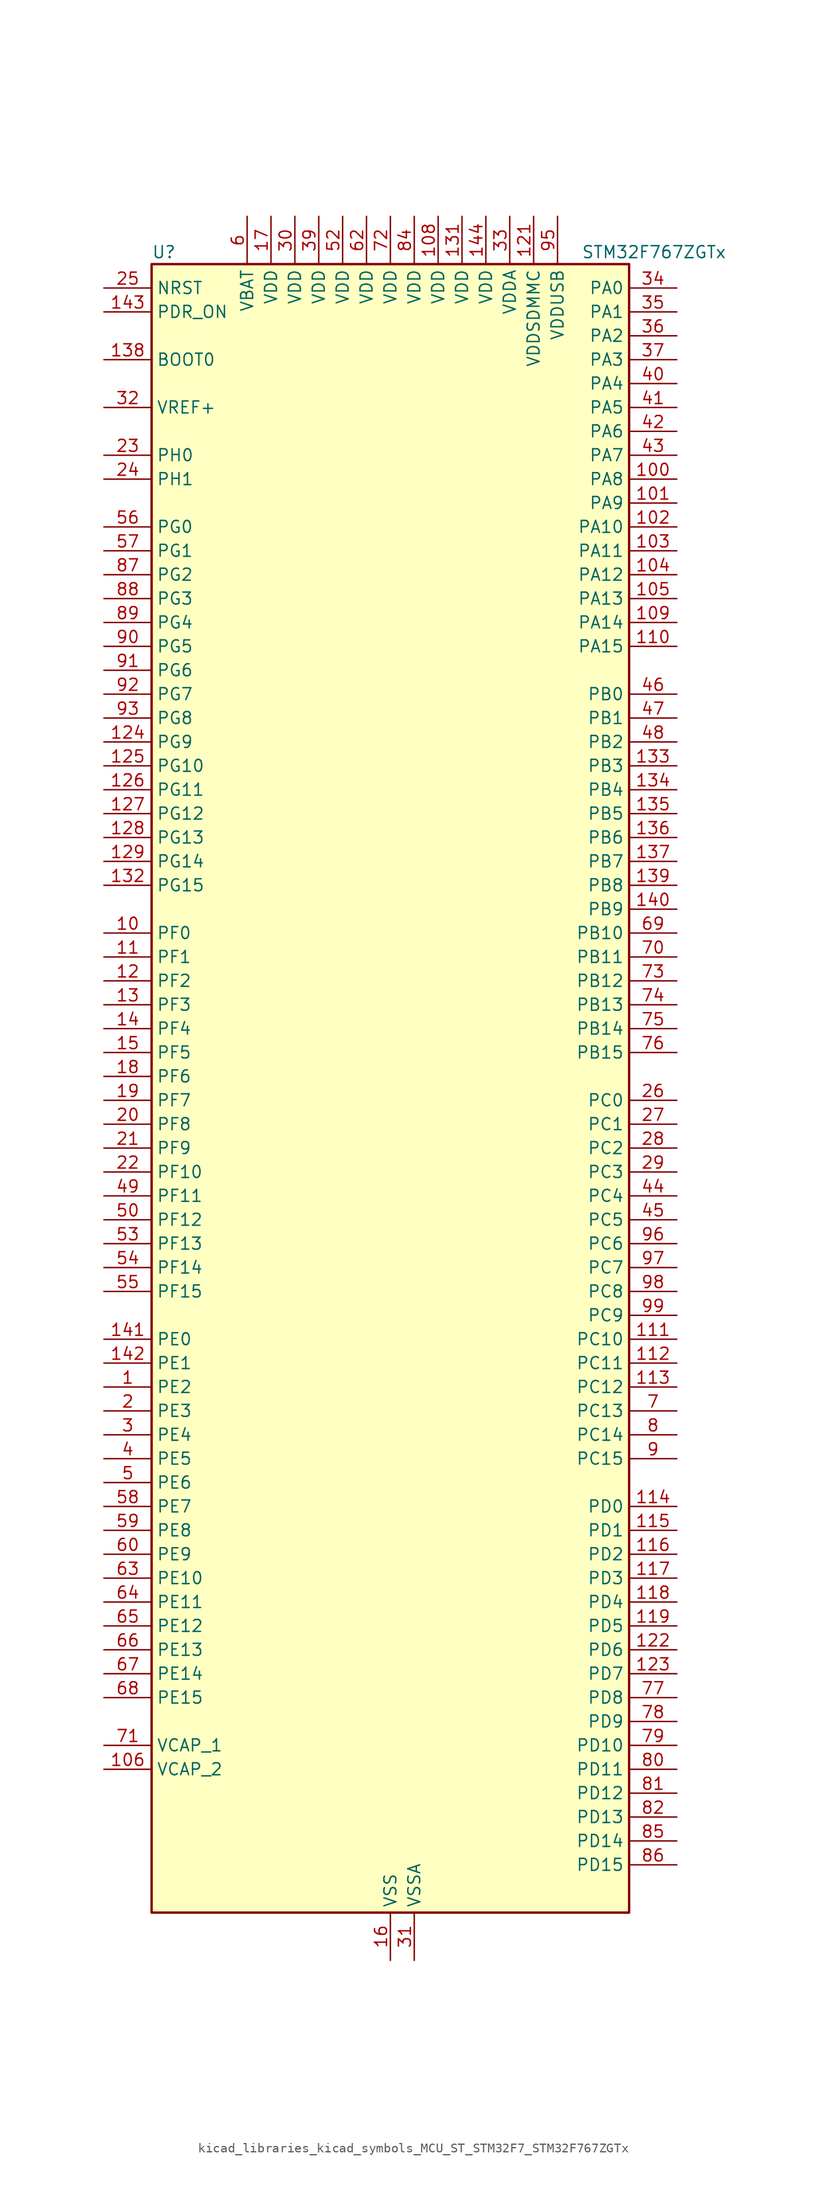
<source format=kicad_sym>
(kicad_symbol_lib
  (version 20220914)
  (generator kicad_symbol_editor)
  (symbol "kicad_libraries_kicad_symbols_MCU_ST_STM32F7_STM32F767ZGTx"
    (property "Reference" "U"
      (at -25.4 90.17 0)
      (effects (font (size 1.27 1.27)) (justify left)))
    (property "Value" "STM32F767ZGTx"
      (at 20.32 90.17 0)
      (effects (font (size 1.27 1.27)) (justify left)))
    (property "ki_locked" ""
      (at 0 0 0)
      (effects (font (size 1.27 1.27))))
    (symbol "kicad_libraries_kicad_symbols_MCU_ST_STM32F7_STM32F767ZGTx_0_1"
      (rectangle (start -25.4 -86.36) (end 25.4 88.9) (stroke (width 0.254) (type default)) (fill (type background))))
    (symbol "kicad_libraries_kicad_symbols_MCU_ST_STM32F7_STM32F767ZGTx_1_1"
      (pin bidirectional line (at -30.48 -30.48 0) (length 5.08) (name "PE2" (effects (font (size 1.27 1.27)))) (number "1" (effects (font (size 1.27 1.27)))) (alternate "ETH_TXD3" bidirectional line) (alternate "FMC_A23" bidirectional line) (alternate "QUADSPI_BK1_IO2" bidirectional line) (alternate "SAI1_MCLK_A" bidirectional line) (alternate "SPI4_SCK" bidirectional line) (alternate "SYS_TRACECLK" bidirectional line))
      (pin bidirectional line (at -30.48 17.78 0) (length 5.08) (name "PF0" (effects (font (size 1.27 1.27)))) (number "10" (effects (font (size 1.27 1.27)))) (alternate "FMC_A0" bidirectional line) (alternate "I2C2_SDA" bidirectional line))
      (pin bidirectional line (at 30.48 66.04 180) (length 5.08) (name "PA8" (effects (font (size 1.27 1.27)))) (number "100" (effects (font (size 1.27 1.27)))) (alternate "CAN3_RX" bidirectional line) (alternate "I2C3_SCL" bidirectional line) (alternate "LTDC_B3" bidirectional line) (alternate "LTDC_R6" bidirectional line) (alternate "RCC_MCO_1" bidirectional line) (alternate "TIM1_CH1" bidirectional line) (alternate "TIM8_BKIN2" bidirectional line) (alternate "UART7_RX" bidirectional line) (alternate "USART1_CK" bidirectional line) (alternate "USB_OTG_FS_SOF" bidirectional line))
      (pin bidirectional line (at 30.48 63.5 180) (length 5.08) (name "PA9" (effects (font (size 1.27 1.27)))) (number "101" (effects (font (size 1.27 1.27)))) (alternate "DAC_EXTI9" bidirectional line) (alternate "DCMI_D0" bidirectional line) (alternate "I2C3_SMBA" bidirectional line) (alternate "I2S2_CK" bidirectional line) (alternate "LTDC_R5" bidirectional line) (alternate "SPI2_SCK" bidirectional line) (alternate "TIM1_CH2" bidirectional line) (alternate "USART1_TX" bidirectional line) (alternate "USB_OTG_FS_VBUS" bidirectional line))
      (pin bidirectional line (at 30.48 60.96 180) (length 5.08) (name "PA10" (effects (font (size 1.27 1.27)))) (number "102" (effects (font (size 1.27 1.27)))) (alternate "DCMI_D1" bidirectional line) (alternate "LTDC_B1" bidirectional line) (alternate "LTDC_B4" bidirectional line) (alternate "MDIOS_MDIO" bidirectional line) (alternate "TIM1_CH3" bidirectional line) (alternate "USART1_RX" bidirectional line) (alternate "USB_OTG_FS_ID" bidirectional line))
      (pin bidirectional line (at 30.48 58.42 180) (length 5.08) (name "PA11" (effects (font (size 1.27 1.27)))) (number "103" (effects (font (size 1.27 1.27)))) (alternate "ADC1_EXTI11" bidirectional line) (alternate "ADC2_EXTI11" bidirectional line) (alternate "ADC3_EXTI11" bidirectional line) (alternate "CAN1_RX" bidirectional line) (alternate "I2S2_WS" bidirectional line) (alternate "LTDC_R4" bidirectional line) (alternate "SPI2_NSS" bidirectional line) (alternate "TIM1_CH4" bidirectional line) (alternate "UART4_RX" bidirectional line) (alternate "USART1_CTS" bidirectional line) (alternate "USB_OTG_FS_DM" bidirectional line))
      (pin bidirectional line (at 30.48 55.88 180) (length 5.08) (name "PA12" (effects (font (size 1.27 1.27)))) (number "104" (effects (font (size 1.27 1.27)))) (alternate "CAN1_TX" bidirectional line) (alternate "I2S2_CK" bidirectional line) (alternate "LTDC_R5" bidirectional line) (alternate "SAI2_FS_B" bidirectional line) (alternate "SPI2_SCK" bidirectional line) (alternate "TIM1_ETR" bidirectional line) (alternate "UART4_TX" bidirectional line) (alternate "USART1_DE" bidirectional line) (alternate "USART1_RTS" bidirectional line) (alternate "USB_OTG_FS_DP" bidirectional line))
      (pin bidirectional line (at 30.48 53.34 180) (length 5.08) (name "PA13" (effects (font (size 1.27 1.27)))) (number "105" (effects (font (size 1.27 1.27)))) (alternate "SYS_JTMS-SWDIO" bidirectional line))
      (pin power_out line (at -30.48 -71.12 0) (length 5.08) (name "VCAP_2" (effects (font (size 1.27 1.27)))) (number "106" (effects (font (size 1.27 1.27)))))
      (pin passive line (at 0 -91.44 90) (length 5.08) hide (name "VSS" (effects (font (size 1.27 1.27)))) (number "107" (effects (font (size 1.27 1.27)))))
      (pin power_in line (at 5.08 93.98 270) (length 5.08) (name "VDD" (effects (font (size 1.27 1.27)))) (number "108" (effects (font (size 1.27 1.27)))))
      (pin bidirectional line (at 30.48 50.8 180) (length 5.08) (name "PA14" (effects (font (size 1.27 1.27)))) (number "109" (effects (font (size 1.27 1.27)))) (alternate "SYS_JTCK-SWCLK" bidirectional line))
      (pin bidirectional line (at -30.48 15.24 0) (length 5.08) (name "PF1" (effects (font (size 1.27 1.27)))) (number "11" (effects (font (size 1.27 1.27)))) (alternate "FMC_A1" bidirectional line) (alternate "I2C2_SCL" bidirectional line))
      (pin bidirectional line (at 30.48 48.26 180) (length 5.08) (name "PA15" (effects (font (size 1.27 1.27)))) (number "110" (effects (font (size 1.27 1.27)))) (alternate "CAN3_TX" bidirectional line) (alternate "CEC" bidirectional line) (alternate "I2S1_WS" bidirectional line) (alternate "I2S3_WS" bidirectional line) (alternate "SPI1_NSS" bidirectional line) (alternate "SPI3_NSS" bidirectional line) (alternate "SPI6_NSS" bidirectional line) (alternate "SYS_JTDI" bidirectional line) (alternate "TIM2_CH1" bidirectional line) (alternate "TIM2_ETR" bidirectional line) (alternate "UART4_DE" bidirectional line) (alternate "UART4_RTS" bidirectional line) (alternate "UART7_TX" bidirectional line))
      (pin bidirectional line (at 30.48 -25.4 180) (length 5.08) (name "PC10" (effects (font (size 1.27 1.27)))) (number "111" (effects (font (size 1.27 1.27)))) (alternate "DCMI_D8" bidirectional line) (alternate "DFSDM1_CKIN5" bidirectional line) (alternate "I2S3_CK" bidirectional line) (alternate "LTDC_R2" bidirectional line) (alternate "QUADSPI_BK1_IO1" bidirectional line) (alternate "SDMMC1_D2" bidirectional line) (alternate "SPI3_SCK" bidirectional line) (alternate "UART4_TX" bidirectional line) (alternate "USART3_TX" bidirectional line))
      (pin bidirectional line (at 30.48 -27.94 180) (length 5.08) (name "PC11" (effects (font (size 1.27 1.27)))) (number "112" (effects (font (size 1.27 1.27)))) (alternate "ADC1_EXTI11" bidirectional line) (alternate "ADC2_EXTI11" bidirectional line) (alternate "ADC3_EXTI11" bidirectional line) (alternate "DCMI_D4" bidirectional line) (alternate "DFSDM1_DATIN5" bidirectional line) (alternate "QUADSPI_BK2_NCS" bidirectional line) (alternate "SDMMC1_D3" bidirectional line) (alternate "SPI3_MISO" bidirectional line) (alternate "UART4_RX" bidirectional line) (alternate "USART3_RX" bidirectional line))
      (pin bidirectional line (at 30.48 -30.48 180) (length 5.08) (name "PC12" (effects (font (size 1.27 1.27)))) (number "113" (effects (font (size 1.27 1.27)))) (alternate "DCMI_D9" bidirectional line) (alternate "I2S3_SD" bidirectional line) (alternate "SDMMC1_CK" bidirectional line) (alternate "SPI3_MOSI" bidirectional line) (alternate "SYS_TRACED3" bidirectional line) (alternate "UART5_TX" bidirectional line) (alternate "USART3_CK" bidirectional line))
      (pin bidirectional line (at 30.48 -43.18 180) (length 5.08) (name "PD0" (effects (font (size 1.27 1.27)))) (number "114" (effects (font (size 1.27 1.27)))) (alternate "CAN1_RX" bidirectional line) (alternate "DFSDM1_CKIN6" bidirectional line) (alternate "DFSDM1_DATIN7" bidirectional line) (alternate "FMC_D2" bidirectional line) (alternate "FMC_DA2" bidirectional line) (alternate "UART4_RX" bidirectional line))
      (pin bidirectional line (at 30.48 -45.72 180) (length 5.08) (name "PD1" (effects (font (size 1.27 1.27)))) (number "115" (effects (font (size 1.27 1.27)))) (alternate "CAN1_TX" bidirectional line) (alternate "DFSDM1_CKIN7" bidirectional line) (alternate "DFSDM1_DATIN6" bidirectional line) (alternate "FMC_D3" bidirectional line) (alternate "FMC_DA3" bidirectional line) (alternate "UART4_TX" bidirectional line))
      (pin bidirectional line (at 30.48 -48.26 180) (length 5.08) (name "PD2" (effects (font (size 1.27 1.27)))) (number "116" (effects (font (size 1.27 1.27)))) (alternate "DCMI_D11" bidirectional line) (alternate "SDMMC1_CMD" bidirectional line) (alternate "SYS_TRACED2" bidirectional line) (alternate "TIM3_ETR" bidirectional line) (alternate "UART5_RX" bidirectional line))
      (pin bidirectional line (at 30.48 -50.8 180) (length 5.08) (name "PD3" (effects (font (size 1.27 1.27)))) (number "117" (effects (font (size 1.27 1.27)))) (alternate "DCMI_D5" bidirectional line) (alternate "DFSDM1_CKOUT" bidirectional line) (alternate "DFSDM1_DATIN0" bidirectional line) (alternate "FMC_CLK" bidirectional line) (alternate "I2S2_CK" bidirectional line) (alternate "LTDC_G7" bidirectional line) (alternate "SPI2_SCK" bidirectional line) (alternate "USART2_CTS" bidirectional line))
      (pin bidirectional line (at 30.48 -53.34 180) (length 5.08) (name "PD4" (effects (font (size 1.27 1.27)))) (number "118" (effects (font (size 1.27 1.27)))) (alternate "DFSDM1_CKIN0" bidirectional line) (alternate "FMC_NOE" bidirectional line) (alternate "USART2_DE" bidirectional line) (alternate "USART2_RTS" bidirectional line))
      (pin bidirectional line (at 30.48 -55.88 180) (length 5.08) (name "PD5" (effects (font (size 1.27 1.27)))) (number "119" (effects (font (size 1.27 1.27)))) (alternate "FMC_NWE" bidirectional line) (alternate "USART2_TX" bidirectional line))
      (pin bidirectional line (at -30.48 12.7 0) (length 5.08) (name "PF2" (effects (font (size 1.27 1.27)))) (number "12" (effects (font (size 1.27 1.27)))) (alternate "FMC_A2" bidirectional line) (alternate "I2C2_SMBA" bidirectional line))
      (pin passive line (at 0 -91.44 90) (length 5.08) hide (name "VSS" (effects (font (size 1.27 1.27)))) (number "120" (effects (font (size 1.27 1.27)))))
      (pin power_in line (at 15.24 93.98 270) (length 5.08) (name "VDDSDMMC" (effects (font (size 1.27 1.27)))) (number "121" (effects (font (size 1.27 1.27)))))
      (pin bidirectional line (at 30.48 -58.42 180) (length 5.08) (name "PD6" (effects (font (size 1.27 1.27)))) (number "122" (effects (font (size 1.27 1.27)))) (alternate "DCMI_D10" bidirectional line) (alternate "DFSDM1_CKIN4" bidirectional line) (alternate "DFSDM1_DATIN1" bidirectional line) (alternate "FMC_NWAIT" bidirectional line) (alternate "I2S3_SD" bidirectional line) (alternate "LTDC_B2" bidirectional line) (alternate "SAI1_SD_A" bidirectional line) (alternate "SDMMC2_CK" bidirectional line) (alternate "SPI3_MOSI" bidirectional line) (alternate "USART2_RX" bidirectional line))
      (pin bidirectional line (at 30.48 -60.96 180) (length 5.08) (name "PD7" (effects (font (size 1.27 1.27)))) (number "123" (effects (font (size 1.27 1.27)))) (alternate "DFSDM1_CKIN1" bidirectional line) (alternate "DFSDM1_DATIN4" bidirectional line) (alternate "FMC_NE1" bidirectional line) (alternate "I2S1_SD" bidirectional line) (alternate "SDMMC2_CMD" bidirectional line) (alternate "SPDIFRX_IN0" bidirectional line) (alternate "SPI1_MOSI" bidirectional line) (alternate "USART2_CK" bidirectional line))
      (pin bidirectional line (at -30.48 38.1 0) (length 5.08) (name "PG9" (effects (font (size 1.27 1.27)))) (number "124" (effects (font (size 1.27 1.27)))) (alternate "DAC_EXTI9" bidirectional line) (alternate "DCMI_VSYNC" bidirectional line) (alternate "FMC_NCE" bidirectional line) (alternate "FMC_NE2" bidirectional line) (alternate "QUADSPI_BK2_IO2" bidirectional line) (alternate "SAI2_FS_B" bidirectional line) (alternate "SDMMC2_D0" bidirectional line) (alternate "SPDIFRX_IN3" bidirectional line) (alternate "SPI1_MISO" bidirectional line) (alternate "USART6_RX" bidirectional line))
      (pin bidirectional line (at -30.48 35.56 0) (length 5.08) (name "PG10" (effects (font (size 1.27 1.27)))) (number "125" (effects (font (size 1.27 1.27)))) (alternate "DCMI_D2" bidirectional line) (alternate "FMC_NE3" bidirectional line) (alternate "I2S1_WS" bidirectional line) (alternate "LTDC_B2" bidirectional line) (alternate "LTDC_G3" bidirectional line) (alternate "SAI2_SD_B" bidirectional line) (alternate "SDMMC2_D1" bidirectional line) (alternate "SPI1_NSS" bidirectional line))
      (pin bidirectional line (at -30.48 33.02 0) (length 5.08) (name "PG11" (effects (font (size 1.27 1.27)))) (number "126" (effects (font (size 1.27 1.27)))) (alternate "ADC1_EXTI11" bidirectional line) (alternate "ADC2_EXTI11" bidirectional line) (alternate "ADC3_EXTI11" bidirectional line) (alternate "DCMI_D3" bidirectional line) (alternate "ETH_TX_EN" bidirectional line) (alternate "I2S1_CK" bidirectional line) (alternate "LTDC_B3" bidirectional line) (alternate "SDMMC2_D2" bidirectional line) (alternate "SPDIFRX_IN0" bidirectional line) (alternate "SPI1_SCK" bidirectional line))
      (pin bidirectional line (at -30.48 30.48 0) (length 5.08) (name "PG12" (effects (font (size 1.27 1.27)))) (number "127" (effects (font (size 1.27 1.27)))) (alternate "FMC_NE4" bidirectional line) (alternate "LPTIM1_IN1" bidirectional line) (alternate "LTDC_B1" bidirectional line) (alternate "LTDC_B4" bidirectional line) (alternate "SDMMC2_D3" bidirectional line) (alternate "SPDIFRX_IN1" bidirectional line) (alternate "SPI6_MISO" bidirectional line) (alternate "USART6_DE" bidirectional line) (alternate "USART6_RTS" bidirectional line))
      (pin bidirectional line (at -30.48 27.94 0) (length 5.08) (name "PG13" (effects (font (size 1.27 1.27)))) (number "128" (effects (font (size 1.27 1.27)))) (alternate "ETH_TXD0" bidirectional line) (alternate "FMC_A24" bidirectional line) (alternate "LPTIM1_OUT" bidirectional line) (alternate "LTDC_R0" bidirectional line) (alternate "SPI6_SCK" bidirectional line) (alternate "SYS_TRACED0" bidirectional line) (alternate "USART6_CTS" bidirectional line))
      (pin bidirectional line (at -30.48 25.4 0) (length 5.08) (name "PG14" (effects (font (size 1.27 1.27)))) (number "129" (effects (font (size 1.27 1.27)))) (alternate "ETH_TXD1" bidirectional line) (alternate "FMC_A25" bidirectional line) (alternate "LPTIM1_ETR" bidirectional line) (alternate "LTDC_B0" bidirectional line) (alternate "QUADSPI_BK2_IO3" bidirectional line) (alternate "SPI6_MOSI" bidirectional line) (alternate "SYS_TRACED1" bidirectional line) (alternate "USART6_TX" bidirectional line))
      (pin bidirectional line (at -30.48 10.16 0) (length 5.08) (name "PF3" (effects (font (size 1.27 1.27)))) (number "13" (effects (font (size 1.27 1.27)))) (alternate "ADC3_IN9" bidirectional line) (alternate "FMC_A3" bidirectional line))
      (pin passive line (at 0 -91.44 90) (length 5.08) hide (name "VSS" (effects (font (size 1.27 1.27)))) (number "130" (effects (font (size 1.27 1.27)))))
      (pin power_in line (at 7.62 93.98 270) (length 5.08) (name "VDD" (effects (font (size 1.27 1.27)))) (number "131" (effects (font (size 1.27 1.27)))))
      (pin bidirectional line (at -30.48 22.86 0) (length 5.08) (name "PG15" (effects (font (size 1.27 1.27)))) (number "132" (effects (font (size 1.27 1.27)))) (alternate "DCMI_D13" bidirectional line) (alternate "FMC_SDNCAS" bidirectional line) (alternate "USART6_CTS" bidirectional line))
      (pin bidirectional line (at 30.48 35.56 180) (length 5.08) (name "PB3" (effects (font (size 1.27 1.27)))) (number "133" (effects (font (size 1.27 1.27)))) (alternate "CAN3_RX" bidirectional line) (alternate "I2S1_CK" bidirectional line) (alternate "I2S3_CK" bidirectional line) (alternate "SDMMC2_D2" bidirectional line) (alternate "SPI1_SCK" bidirectional line) (alternate "SPI3_SCK" bidirectional line) (alternate "SPI6_SCK" bidirectional line) (alternate "SYS_JTDO-SWO" bidirectional line) (alternate "TIM2_CH2" bidirectional line) (alternate "UART7_RX" bidirectional line))
      (pin bidirectional line (at 30.48 33.02 180) (length 5.08) (name "PB4" (effects (font (size 1.27 1.27)))) (number "134" (effects (font (size 1.27 1.27)))) (alternate "CAN3_TX" bidirectional line) (alternate "I2S2_WS" bidirectional line) (alternate "SDMMC2_D3" bidirectional line) (alternate "SPI1_MISO" bidirectional line) (alternate "SPI2_NSS" bidirectional line) (alternate "SPI3_MISO" bidirectional line) (alternate "SPI6_MISO" bidirectional line) (alternate "SYS_JTRST" bidirectional line) (alternate "TIM3_CH1" bidirectional line) (alternate "UART7_TX" bidirectional line))
      (pin bidirectional line (at 30.48 30.48 180) (length 5.08) (name "PB5" (effects (font (size 1.27 1.27)))) (number "135" (effects (font (size 1.27 1.27)))) (alternate "CAN2_RX" bidirectional line) (alternate "DCMI_D10" bidirectional line) (alternate "ETH_PPS_OUT" bidirectional line) (alternate "FMC_SDCKE1" bidirectional line) (alternate "I2C1_SMBA" bidirectional line) (alternate "I2S1_SD" bidirectional line) (alternate "I2S3_SD" bidirectional line) (alternate "LTDC_G7" bidirectional line) (alternate "SPI1_MOSI" bidirectional line) (alternate "SPI3_MOSI" bidirectional line) (alternate "SPI6_MOSI" bidirectional line) (alternate "TIM3_CH2" bidirectional line) (alternate "UART5_RX" bidirectional line) (alternate "USB_OTG_HS_ULPI_D7" bidirectional line))
      (pin bidirectional line (at 30.48 27.94 180) (length 5.08) (name "PB6" (effects (font (size 1.27 1.27)))) (number "136" (effects (font (size 1.27 1.27)))) (alternate "CAN2_TX" bidirectional line) (alternate "CEC" bidirectional line) (alternate "DCMI_D5" bidirectional line) (alternate "DFSDM1_DATIN5" bidirectional line) (alternate "FMC_SDNE1" bidirectional line) (alternate "I2C1_SCL" bidirectional line) (alternate "I2C4_SCL" bidirectional line) (alternate "QUADSPI_BK1_NCS" bidirectional line) (alternate "TIM4_CH1" bidirectional line) (alternate "UART5_TX" bidirectional line) (alternate "USART1_TX" bidirectional line))
      (pin bidirectional line (at 30.48 25.4 180) (length 5.08) (name "PB7" (effects (font (size 1.27 1.27)))) (number "137" (effects (font (size 1.27 1.27)))) (alternate "DCMI_VSYNC" bidirectional line) (alternate "DFSDM1_CKIN5" bidirectional line) (alternate "FMC_NL" bidirectional line) (alternate "I2C1_SDA" bidirectional line) (alternate "I2C4_SDA" bidirectional line) (alternate "TIM4_CH2" bidirectional line) (alternate "USART1_RX" bidirectional line))
      (pin input line (at -30.48 78.74 0) (length 5.08) (name "BOOT0" (effects (font (size 1.27 1.27)))) (number "138" (effects (font (size 1.27 1.27)))))
      (pin bidirectional line (at 30.48 22.86 180) (length 5.08) (name "PB8" (effects (font (size 1.27 1.27)))) (number "139" (effects (font (size 1.27 1.27)))) (alternate "CAN1_RX" bidirectional line) (alternate "DCMI_D6" bidirectional line) (alternate "DFSDM1_CKIN7" bidirectional line) (alternate "ETH_TXD3" bidirectional line) (alternate "I2C1_SCL" bidirectional line) (alternate "I2C4_SCL" bidirectional line) (alternate "LTDC_B6" bidirectional line) (alternate "SDMMC1_D4" bidirectional line) (alternate "SDMMC2_D4" bidirectional line) (alternate "TIM10_CH1" bidirectional line) (alternate "TIM4_CH3" bidirectional line) (alternate "UART5_RX" bidirectional line))
      (pin bidirectional line (at -30.48 7.62 0) (length 5.08) (name "PF4" (effects (font (size 1.27 1.27)))) (number "14" (effects (font (size 1.27 1.27)))) (alternate "ADC3_IN14" bidirectional line) (alternate "FMC_A4" bidirectional line))
      (pin bidirectional line (at 30.48 20.32 180) (length 5.08) (name "PB9" (effects (font (size 1.27 1.27)))) (number "140" (effects (font (size 1.27 1.27)))) (alternate "CAN1_TX" bidirectional line) (alternate "DAC_EXTI9" bidirectional line) (alternate "DCMI_D7" bidirectional line) (alternate "DFSDM1_DATIN7" bidirectional line) (alternate "I2C1_SDA" bidirectional line) (alternate "I2C4_SDA" bidirectional line) (alternate "I2C4_SMBA" bidirectional line) (alternate "I2S2_WS" bidirectional line) (alternate "LTDC_B7" bidirectional line) (alternate "SDMMC1_D5" bidirectional line) (alternate "SDMMC2_D5" bidirectional line) (alternate "SPI2_NSS" bidirectional line) (alternate "TIM11_CH1" bidirectional line) (alternate "TIM4_CH4" bidirectional line) (alternate "UART5_TX" bidirectional line))
      (pin bidirectional line (at -30.48 -25.4 0) (length 5.08) (name "PE0" (effects (font (size 1.27 1.27)))) (number "141" (effects (font (size 1.27 1.27)))) (alternate "DCMI_D2" bidirectional line) (alternate "FMC_NBL0" bidirectional line) (alternate "LPTIM1_ETR" bidirectional line) (alternate "SAI2_MCLK_A" bidirectional line) (alternate "TIM4_ETR" bidirectional line) (alternate "UART8_RX" bidirectional line))
      (pin bidirectional line (at -30.48 -27.94 0) (length 5.08) (name "PE1" (effects (font (size 1.27 1.27)))) (number "142" (effects (font (size 1.27 1.27)))) (alternate "DCMI_D3" bidirectional line) (alternate "FMC_NBL1" bidirectional line) (alternate "LPTIM1_IN2" bidirectional line) (alternate "UART8_TX" bidirectional line))
      (pin input line (at -30.48 83.82 0) (length 5.08) (name "PDR_ON" (effects (font (size 1.27 1.27)))) (number "143" (effects (font (size 1.27 1.27)))))
      (pin power_in line (at 10.16 93.98 270) (length 5.08) (name "VDD" (effects (font (size 1.27 1.27)))) (number "144" (effects (font (size 1.27 1.27)))))
      (pin bidirectional line (at -30.48 5.08 0) (length 5.08) (name "PF5" (effects (font (size 1.27 1.27)))) (number "15" (effects (font (size 1.27 1.27)))) (alternate "ADC3_IN15" bidirectional line) (alternate "FMC_A5" bidirectional line))
      (pin power_in line (at 0 -91.44 90) (length 5.08) (name "VSS" (effects (font (size 1.27 1.27)))) (number "16" (effects (font (size 1.27 1.27)))))
      (pin power_in line (at -12.7 93.98 270) (length 5.08) (name "VDD" (effects (font (size 1.27 1.27)))) (number "17" (effects (font (size 1.27 1.27)))))
      (pin bidirectional line (at -30.48 2.54 0) (length 5.08) (name "PF6" (effects (font (size 1.27 1.27)))) (number "18" (effects (font (size 1.27 1.27)))) (alternate "ADC3_IN4" bidirectional line) (alternate "QUADSPI_BK1_IO3" bidirectional line) (alternate "SAI1_SD_B" bidirectional line) (alternate "SPI5_NSS" bidirectional line) (alternate "TIM10_CH1" bidirectional line) (alternate "UART7_RX" bidirectional line))
      (pin bidirectional line (at -30.48 0 0) (length 5.08) (name "PF7" (effects (font (size 1.27 1.27)))) (number "19" (effects (font (size 1.27 1.27)))) (alternate "ADC3_IN5" bidirectional line) (alternate "QUADSPI_BK1_IO2" bidirectional line) (alternate "SAI1_MCLK_B" bidirectional line) (alternate "SPI5_SCK" bidirectional line) (alternate "TIM11_CH1" bidirectional line) (alternate "UART7_TX" bidirectional line))
      (pin bidirectional line (at -30.48 -33.02 0) (length 5.08) (name "PE3" (effects (font (size 1.27 1.27)))) (number "2" (effects (font (size 1.27 1.27)))) (alternate "FMC_A19" bidirectional line) (alternate "SAI1_SD_B" bidirectional line) (alternate "SYS_TRACED0" bidirectional line))
      (pin bidirectional line (at -30.48 -2.54 0) (length 5.08) (name "PF8" (effects (font (size 1.27 1.27)))) (number "20" (effects (font (size 1.27 1.27)))) (alternate "ADC3_IN6" bidirectional line) (alternate "QUADSPI_BK1_IO0" bidirectional line) (alternate "SAI1_SCK_B" bidirectional line) (alternate "SPI5_MISO" bidirectional line) (alternate "TIM13_CH1" bidirectional line) (alternate "UART7_DE" bidirectional line) (alternate "UART7_RTS" bidirectional line))
      (pin bidirectional line (at -30.48 -5.08 0) (length 5.08) (name "PF9" (effects (font (size 1.27 1.27)))) (number "21" (effects (font (size 1.27 1.27)))) (alternate "ADC3_IN7" bidirectional line) (alternate "DAC_EXTI9" bidirectional line) (alternate "QUADSPI_BK1_IO1" bidirectional line) (alternate "SAI1_FS_B" bidirectional line) (alternate "SPI5_MOSI" bidirectional line) (alternate "TIM14_CH1" bidirectional line) (alternate "UART7_CTS" bidirectional line))
      (pin bidirectional line (at -30.48 -7.62 0) (length 5.08) (name "PF10" (effects (font (size 1.27 1.27)))) (number "22" (effects (font (size 1.27 1.27)))) (alternate "ADC3_IN8" bidirectional line) (alternate "DCMI_D11" bidirectional line) (alternate "LTDC_DE" bidirectional line) (alternate "QUADSPI_CLK" bidirectional line))
      (pin bidirectional line (at -30.48 68.58 0) (length 5.08) (name "PH0" (effects (font (size 1.27 1.27)))) (number "23" (effects (font (size 1.27 1.27)))) (alternate "RCC_OSC_IN" bidirectional line))
      (pin bidirectional line (at -30.48 66.04 0) (length 5.08) (name "PH1" (effects (font (size 1.27 1.27)))) (number "24" (effects (font (size 1.27 1.27)))) (alternate "RCC_OSC_OUT" bidirectional line))
      (pin input line (at -30.48 86.36 0) (length 5.08) (name "NRST" (effects (font (size 1.27 1.27)))) (number "25" (effects (font (size 1.27 1.27)))))
      (pin bidirectional line (at 30.48 0 180) (length 5.08) (name "PC0" (effects (font (size 1.27 1.27)))) (number "26" (effects (font (size 1.27 1.27)))) (alternate "ADC1_IN10" bidirectional line) (alternate "ADC2_IN10" bidirectional line) (alternate "ADC3_IN10" bidirectional line) (alternate "DFSDM1_CKIN0" bidirectional line) (alternate "DFSDM1_DATIN4" bidirectional line) (alternate "FMC_SDNWE" bidirectional line) (alternate "LTDC_R5" bidirectional line) (alternate "SAI2_FS_B" bidirectional line) (alternate "USB_OTG_HS_ULPI_STP" bidirectional line))
      (pin bidirectional line (at 30.48 -2.54 180) (length 5.08) (name "PC1" (effects (font (size 1.27 1.27)))) (number "27" (effects (font (size 1.27 1.27)))) (alternate "ADC1_IN11" bidirectional line) (alternate "ADC2_IN11" bidirectional line) (alternate "ADC3_IN11" bidirectional line) (alternate "DFSDM1_CKIN4" bidirectional line) (alternate "DFSDM1_DATIN0" bidirectional line) (alternate "ETH_MDC" bidirectional line) (alternate "I2S2_SD" bidirectional line) (alternate "MDIOS_MDC" bidirectional line) (alternate "RTC_TAMP3" bidirectional line) (alternate "RTC_TS" bidirectional line) (alternate "SAI1_SD_A" bidirectional line) (alternate "SPI2_MOSI" bidirectional line) (alternate "SYS_TRACED0" bidirectional line) (alternate "SYS_WKUP3" bidirectional line))
      (pin bidirectional line (at 30.48 -5.08 180) (length 5.08) (name "PC2" (effects (font (size 1.27 1.27)))) (number "28" (effects (font (size 1.27 1.27)))) (alternate "ADC1_IN12" bidirectional line) (alternate "ADC2_IN12" bidirectional line) (alternate "ADC3_IN12" bidirectional line) (alternate "DFSDM1_CKIN1" bidirectional line) (alternate "DFSDM1_CKOUT" bidirectional line) (alternate "ETH_TXD2" bidirectional line) (alternate "FMC_SDNE0" bidirectional line) (alternate "SPI2_MISO" bidirectional line) (alternate "USB_OTG_HS_ULPI_DIR" bidirectional line))
      (pin bidirectional line (at 30.48 -7.62 180) (length 5.08) (name "PC3" (effects (font (size 1.27 1.27)))) (number "29" (effects (font (size 1.27 1.27)))) (alternate "ADC1_IN13" bidirectional line) (alternate "ADC2_IN13" bidirectional line) (alternate "ADC3_IN13" bidirectional line) (alternate "DFSDM1_DATIN1" bidirectional line) (alternate "ETH_TX_CLK" bidirectional line) (alternate "FMC_SDCKE0" bidirectional line) (alternate "I2S2_SD" bidirectional line) (alternate "SPI2_MOSI" bidirectional line) (alternate "USB_OTG_HS_ULPI_NXT" bidirectional line))
      (pin bidirectional line (at -30.48 -35.56 0) (length 5.08) (name "PE4" (effects (font (size 1.27 1.27)))) (number "3" (effects (font (size 1.27 1.27)))) (alternate "DCMI_D4" bidirectional line) (alternate "DFSDM1_DATIN3" bidirectional line) (alternate "FMC_A20" bidirectional line) (alternate "LTDC_B0" bidirectional line) (alternate "SAI1_FS_A" bidirectional line) (alternate "SPI4_NSS" bidirectional line) (alternate "SYS_TRACED1" bidirectional line))
      (pin power_in line (at -10.16 93.98 270) (length 5.08) (name "VDD" (effects (font (size 1.27 1.27)))) (number "30" (effects (font (size 1.27 1.27)))))
      (pin power_in line (at 2.54 -91.44 90) (length 5.08) (name "VSSA" (effects (font (size 1.27 1.27)))) (number "31" (effects (font (size 1.27 1.27)))))
      (pin input line (at -30.48 73.66 0) (length 5.08) (name "VREF+" (effects (font (size 1.27 1.27)))) (number "32" (effects (font (size 1.27 1.27)))))
      (pin power_in line (at 12.7 93.98 270) (length 5.08) (name "VDDA" (effects (font (size 1.27 1.27)))) (number "33" (effects (font (size 1.27 1.27)))))
      (pin bidirectional line (at 30.48 86.36 180) (length 5.08) (name "PA0" (effects (font (size 1.27 1.27)))) (number "34" (effects (font (size 1.27 1.27)))) (alternate "ADC1_IN0" bidirectional line) (alternate "ADC2_IN0" bidirectional line) (alternate "ADC3_IN0" bidirectional line) (alternate "ETH_CRS" bidirectional line) (alternate "SAI2_SD_B" bidirectional line) (alternate "SYS_WKUP1" bidirectional line) (alternate "TIM2_CH1" bidirectional line) (alternate "TIM2_ETR" bidirectional line) (alternate "TIM5_CH1" bidirectional line) (alternate "TIM8_ETR" bidirectional line) (alternate "UART4_TX" bidirectional line) (alternate "USART2_CTS" bidirectional line))
      (pin bidirectional line (at 30.48 83.82 180) (length 5.08) (name "PA1" (effects (font (size 1.27 1.27)))) (number "35" (effects (font (size 1.27 1.27)))) (alternate "ADC1_IN1" bidirectional line) (alternate "ADC2_IN1" bidirectional line) (alternate "ADC3_IN1" bidirectional line) (alternate "ETH_REF_CLK" bidirectional line) (alternate "ETH_RX_CLK" bidirectional line) (alternate "LTDC_R2" bidirectional line) (alternate "QUADSPI_BK1_IO3" bidirectional line) (alternate "SAI2_MCLK_B" bidirectional line) (alternate "TIM2_CH2" bidirectional line) (alternate "TIM5_CH2" bidirectional line) (alternate "UART4_RX" bidirectional line) (alternate "USART2_DE" bidirectional line) (alternate "USART2_RTS" bidirectional line))
      (pin bidirectional line (at 30.48 81.28 180) (length 5.08) (name "PA2" (effects (font (size 1.27 1.27)))) (number "36" (effects (font (size 1.27 1.27)))) (alternate "ADC1_IN2" bidirectional line) (alternate "ADC2_IN2" bidirectional line) (alternate "ADC3_IN2" bidirectional line) (alternate "ETH_MDIO" bidirectional line) (alternate "LTDC_R1" bidirectional line) (alternate "MDIOS_MDIO" bidirectional line) (alternate "SAI2_SCK_B" bidirectional line) (alternate "SYS_WKUP2" bidirectional line) (alternate "TIM2_CH3" bidirectional line) (alternate "TIM5_CH3" bidirectional line) (alternate "TIM9_CH1" bidirectional line) (alternate "USART2_TX" bidirectional line))
      (pin bidirectional line (at 30.48 78.74 180) (length 5.08) (name "PA3" (effects (font (size 1.27 1.27)))) (number "37" (effects (font (size 1.27 1.27)))) (alternate "ADC1_IN3" bidirectional line) (alternate "ADC2_IN3" bidirectional line) (alternate "ADC3_IN3" bidirectional line) (alternate "ETH_COL" bidirectional line) (alternate "LTDC_B2" bidirectional line) (alternate "LTDC_B5" bidirectional line) (alternate "TIM2_CH4" bidirectional line) (alternate "TIM5_CH4" bidirectional line) (alternate "TIM9_CH2" bidirectional line) (alternate "USART2_RX" bidirectional line) (alternate "USB_OTG_HS_ULPI_D0" bidirectional line))
      (pin passive line (at 0 -91.44 90) (length 5.08) hide (name "VSS" (effects (font (size 1.27 1.27)))) (number "38" (effects (font (size 1.27 1.27)))))
      (pin power_in line (at -7.62 93.98 270) (length 5.08) (name "VDD" (effects (font (size 1.27 1.27)))) (number "39" (effects (font (size 1.27 1.27)))))
      (pin bidirectional line (at -30.48 -38.1 0) (length 5.08) (name "PE5" (effects (font (size 1.27 1.27)))) (number "4" (effects (font (size 1.27 1.27)))) (alternate "DCMI_D6" bidirectional line) (alternate "DFSDM1_CKIN3" bidirectional line) (alternate "FMC_A21" bidirectional line) (alternate "LTDC_G0" bidirectional line) (alternate "SAI1_SCK_A" bidirectional line) (alternate "SPI4_MISO" bidirectional line) (alternate "SYS_TRACED2" bidirectional line) (alternate "TIM9_CH1" bidirectional line))
      (pin bidirectional line (at 30.48 76.2 180) (length 5.08) (name "PA4" (effects (font (size 1.27 1.27)))) (number "40" (effects (font (size 1.27 1.27)))) (alternate "ADC1_IN4" bidirectional line) (alternate "ADC2_IN4" bidirectional line) (alternate "DAC_OUT1" bidirectional line) (alternate "DCMI_HSYNC" bidirectional line) (alternate "I2S1_WS" bidirectional line) (alternate "I2S3_WS" bidirectional line) (alternate "LTDC_VSYNC" bidirectional line) (alternate "SPI1_NSS" bidirectional line) (alternate "SPI3_NSS" bidirectional line) (alternate "SPI6_NSS" bidirectional line) (alternate "USART2_CK" bidirectional line) (alternate "USB_OTG_HS_SOF" bidirectional line))
      (pin bidirectional line (at 30.48 73.66 180) (length 5.08) (name "PA5" (effects (font (size 1.27 1.27)))) (number "41" (effects (font (size 1.27 1.27)))) (alternate "ADC1_IN5" bidirectional line) (alternate "ADC2_IN5" bidirectional line) (alternate "DAC_OUT2" bidirectional line) (alternate "I2S1_CK" bidirectional line) (alternate "LTDC_R4" bidirectional line) (alternate "SPI1_SCK" bidirectional line) (alternate "SPI6_SCK" bidirectional line) (alternate "TIM2_CH1" bidirectional line) (alternate "TIM2_ETR" bidirectional line) (alternate "TIM8_CH1N" bidirectional line) (alternate "USB_OTG_HS_ULPI_CK" bidirectional line))
      (pin bidirectional line (at 30.48 71.12 180) (length 5.08) (name "PA6" (effects (font (size 1.27 1.27)))) (number "42" (effects (font (size 1.27 1.27)))) (alternate "ADC1_IN6" bidirectional line) (alternate "ADC2_IN6" bidirectional line) (alternate "DCMI_PIXCLK" bidirectional line) (alternate "LTDC_G2" bidirectional line) (alternate "MDIOS_MDC" bidirectional line) (alternate "SPI1_MISO" bidirectional line) (alternate "SPI6_MISO" bidirectional line) (alternate "TIM13_CH1" bidirectional line) (alternate "TIM1_BKIN" bidirectional line) (alternate "TIM3_CH1" bidirectional line) (alternate "TIM8_BKIN" bidirectional line))
      (pin bidirectional line (at 30.48 68.58 180) (length 5.08) (name "PA7" (effects (font (size 1.27 1.27)))) (number "43" (effects (font (size 1.27 1.27)))) (alternate "ADC1_IN7" bidirectional line) (alternate "ADC2_IN7" bidirectional line) (alternate "ETH_CRS_DV" bidirectional line) (alternate "ETH_RX_DV" bidirectional line) (alternate "FMC_SDNWE" bidirectional line) (alternate "I2S1_SD" bidirectional line) (alternate "SPI1_MOSI" bidirectional line) (alternate "SPI6_MOSI" bidirectional line) (alternate "TIM14_CH1" bidirectional line) (alternate "TIM1_CH1N" bidirectional line) (alternate "TIM3_CH2" bidirectional line) (alternate "TIM8_CH1N" bidirectional line))
      (pin bidirectional line (at 30.48 -10.16 180) (length 5.08) (name "PC4" (effects (font (size 1.27 1.27)))) (number "44" (effects (font (size 1.27 1.27)))) (alternate "ADC1_IN14" bidirectional line) (alternate "ADC2_IN14" bidirectional line) (alternate "DFSDM1_CKIN2" bidirectional line) (alternate "ETH_RXD0" bidirectional line) (alternate "FMC_SDNE0" bidirectional line) (alternate "I2S1_MCK" bidirectional line) (alternate "SPDIFRX_IN2" bidirectional line))
      (pin bidirectional line (at 30.48 -12.7 180) (length 5.08) (name "PC5" (effects (font (size 1.27 1.27)))) (number "45" (effects (font (size 1.27 1.27)))) (alternate "ADC1_IN15" bidirectional line) (alternate "ADC2_IN15" bidirectional line) (alternate "DFSDM1_DATIN2" bidirectional line) (alternate "ETH_RXD1" bidirectional line) (alternate "FMC_SDCKE0" bidirectional line) (alternate "SPDIFRX_IN3" bidirectional line))
      (pin bidirectional line (at 30.48 43.18 180) (length 5.08) (name "PB0" (effects (font (size 1.27 1.27)))) (number "46" (effects (font (size 1.27 1.27)))) (alternate "ADC1_IN8" bidirectional line) (alternate "ADC2_IN8" bidirectional line) (alternate "DFSDM1_CKOUT" bidirectional line) (alternate "ETH_RXD2" bidirectional line) (alternate "LTDC_G1" bidirectional line) (alternate "LTDC_R3" bidirectional line) (alternate "TIM1_CH2N" bidirectional line) (alternate "TIM3_CH3" bidirectional line) (alternate "TIM8_CH2N" bidirectional line) (alternate "UART4_CTS" bidirectional line) (alternate "USB_OTG_HS_ULPI_D1" bidirectional line))
      (pin bidirectional line (at 30.48 40.64 180) (length 5.08) (name "PB1" (effects (font (size 1.27 1.27)))) (number "47" (effects (font (size 1.27 1.27)))) (alternate "ADC1_IN9" bidirectional line) (alternate "ADC2_IN9" bidirectional line) (alternate "DFSDM1_DATIN1" bidirectional line) (alternate "ETH_RXD3" bidirectional line) (alternate "LTDC_G0" bidirectional line) (alternate "LTDC_R6" bidirectional line) (alternate "TIM1_CH3N" bidirectional line) (alternate "TIM3_CH4" bidirectional line) (alternate "TIM8_CH3N" bidirectional line) (alternate "USB_OTG_HS_ULPI_D2" bidirectional line))
      (pin bidirectional line (at 30.48 38.1 180) (length 5.08) (name "PB2" (effects (font (size 1.27 1.27)))) (number "48" (effects (font (size 1.27 1.27)))) (alternate "DFSDM1_CKIN1" bidirectional line) (alternate "I2S3_SD" bidirectional line) (alternate "QUADSPI_CLK" bidirectional line) (alternate "SAI1_SD_A" bidirectional line) (alternate "SPI3_MOSI" bidirectional line))
      (pin bidirectional line (at -30.48 -10.16 0) (length 5.08) (name "PF11" (effects (font (size 1.27 1.27)))) (number "49" (effects (font (size 1.27 1.27)))) (alternate "ADC1_EXTI11" bidirectional line) (alternate "ADC2_EXTI11" bidirectional line) (alternate "ADC3_EXTI11" bidirectional line) (alternate "DCMI_D12" bidirectional line) (alternate "FMC_SDNRAS" bidirectional line) (alternate "SAI2_SD_B" bidirectional line) (alternate "SPI5_MOSI" bidirectional line))
      (pin bidirectional line (at -30.48 -40.64 0) (length 5.08) (name "PE6" (effects (font (size 1.27 1.27)))) (number "5" (effects (font (size 1.27 1.27)))) (alternate "DCMI_D7" bidirectional line) (alternate "FMC_A22" bidirectional line) (alternate "LTDC_G1" bidirectional line) (alternate "SAI1_SD_A" bidirectional line) (alternate "SAI2_MCLK_B" bidirectional line) (alternate "SPI4_MOSI" bidirectional line) (alternate "SYS_TRACED3" bidirectional line) (alternate "TIM1_BKIN2" bidirectional line) (alternate "TIM9_CH2" bidirectional line))
      (pin bidirectional line (at -30.48 -12.7 0) (length 5.08) (name "PF12" (effects (font (size 1.27 1.27)))) (number "50" (effects (font (size 1.27 1.27)))) (alternate "FMC_A6" bidirectional line))
      (pin passive line (at 0 -91.44 90) (length 5.08) hide (name "VSS" (effects (font (size 1.27 1.27)))) (number "51" (effects (font (size 1.27 1.27)))))
      (pin power_in line (at -5.08 93.98 270) (length 5.08) (name "VDD" (effects (font (size 1.27 1.27)))) (number "52" (effects (font (size 1.27 1.27)))))
      (pin bidirectional line (at -30.48 -15.24 0) (length 5.08) (name "PF13" (effects (font (size 1.27 1.27)))) (number "53" (effects (font (size 1.27 1.27)))) (alternate "DFSDM1_DATIN6" bidirectional line) (alternate "FMC_A7" bidirectional line) (alternate "I2C4_SMBA" bidirectional line))
      (pin bidirectional line (at -30.48 -17.78 0) (length 5.08) (name "PF14" (effects (font (size 1.27 1.27)))) (number "54" (effects (font (size 1.27 1.27)))) (alternate "DFSDM1_CKIN6" bidirectional line) (alternate "FMC_A8" bidirectional line) (alternate "I2C4_SCL" bidirectional line))
      (pin bidirectional line (at -30.48 -20.32 0) (length 5.08) (name "PF15" (effects (font (size 1.27 1.27)))) (number "55" (effects (font (size 1.27 1.27)))) (alternate "FMC_A9" bidirectional line) (alternate "I2C4_SDA" bidirectional line))
      (pin bidirectional line (at -30.48 60.96 0) (length 5.08) (name "PG0" (effects (font (size 1.27 1.27)))) (number "56" (effects (font (size 1.27 1.27)))) (alternate "FMC_A10" bidirectional line))
      (pin bidirectional line (at -30.48 58.42 0) (length 5.08) (name "PG1" (effects (font (size 1.27 1.27)))) (number "57" (effects (font (size 1.27 1.27)))) (alternate "FMC_A11" bidirectional line))
      (pin bidirectional line (at -30.48 -43.18 0) (length 5.08) (name "PE7" (effects (font (size 1.27 1.27)))) (number "58" (effects (font (size 1.27 1.27)))) (alternate "DFSDM1_DATIN2" bidirectional line) (alternate "FMC_D4" bidirectional line) (alternate "FMC_DA4" bidirectional line) (alternate "QUADSPI_BK2_IO0" bidirectional line) (alternate "TIM1_ETR" bidirectional line) (alternate "UART7_RX" bidirectional line))
      (pin bidirectional line (at -30.48 -45.72 0) (length 5.08) (name "PE8" (effects (font (size 1.27 1.27)))) (number "59" (effects (font (size 1.27 1.27)))) (alternate "DFSDM1_CKIN2" bidirectional line) (alternate "FMC_D5" bidirectional line) (alternate "FMC_DA5" bidirectional line) (alternate "QUADSPI_BK2_IO1" bidirectional line) (alternate "TIM1_CH1N" bidirectional line) (alternate "UART7_TX" bidirectional line))
      (pin power_in line (at -15.24 93.98 270) (length 5.08) (name "VBAT" (effects (font (size 1.27 1.27)))) (number "6" (effects (font (size 1.27 1.27)))))
      (pin bidirectional line (at -30.48 -48.26 0) (length 5.08) (name "PE9" (effects (font (size 1.27 1.27)))) (number "60" (effects (font (size 1.27 1.27)))) (alternate "DAC_EXTI9" bidirectional line) (alternate "DFSDM1_CKOUT" bidirectional line) (alternate "FMC_D6" bidirectional line) (alternate "FMC_DA6" bidirectional line) (alternate "QUADSPI_BK2_IO2" bidirectional line) (alternate "TIM1_CH1" bidirectional line) (alternate "UART7_DE" bidirectional line) (alternate "UART7_RTS" bidirectional line))
      (pin passive line (at 0 -91.44 90) (length 5.08) hide (name "VSS" (effects (font (size 1.27 1.27)))) (number "61" (effects (font (size 1.27 1.27)))))
      (pin power_in line (at -2.54 93.98 270) (length 5.08) (name "VDD" (effects (font (size 1.27 1.27)))) (number "62" (effects (font (size 1.27 1.27)))))
      (pin bidirectional line (at -30.48 -50.8 0) (length 5.08) (name "PE10" (effects (font (size 1.27 1.27)))) (number "63" (effects (font (size 1.27 1.27)))) (alternate "DFSDM1_DATIN4" bidirectional line) (alternate "FMC_D7" bidirectional line) (alternate "FMC_DA7" bidirectional line) (alternate "QUADSPI_BK2_IO3" bidirectional line) (alternate "TIM1_CH2N" bidirectional line) (alternate "UART7_CTS" bidirectional line))
      (pin bidirectional line (at -30.48 -53.34 0) (length 5.08) (name "PE11" (effects (font (size 1.27 1.27)))) (number "64" (effects (font (size 1.27 1.27)))) (alternate "ADC1_EXTI11" bidirectional line) (alternate "ADC2_EXTI11" bidirectional line) (alternate "ADC3_EXTI11" bidirectional line) (alternate "DFSDM1_CKIN4" bidirectional line) (alternate "FMC_D8" bidirectional line) (alternate "FMC_DA8" bidirectional line) (alternate "LTDC_G3" bidirectional line) (alternate "SAI2_SD_B" bidirectional line) (alternate "SPI4_NSS" bidirectional line) (alternate "TIM1_CH2" bidirectional line))
      (pin bidirectional line (at -30.48 -55.88 0) (length 5.08) (name "PE12" (effects (font (size 1.27 1.27)))) (number "65" (effects (font (size 1.27 1.27)))) (alternate "DFSDM1_DATIN5" bidirectional line) (alternate "FMC_D9" bidirectional line) (alternate "FMC_DA9" bidirectional line) (alternate "LTDC_B4" bidirectional line) (alternate "SAI2_SCK_B" bidirectional line) (alternate "SPI4_SCK" bidirectional line) (alternate "TIM1_CH3N" bidirectional line))
      (pin bidirectional line (at -30.48 -58.42 0) (length 5.08) (name "PE13" (effects (font (size 1.27 1.27)))) (number "66" (effects (font (size 1.27 1.27)))) (alternate "DFSDM1_CKIN5" bidirectional line) (alternate "FMC_D10" bidirectional line) (alternate "FMC_DA10" bidirectional line) (alternate "LTDC_DE" bidirectional line) (alternate "SAI2_FS_B" bidirectional line) (alternate "SPI4_MISO" bidirectional line) (alternate "TIM1_CH3" bidirectional line))
      (pin bidirectional line (at -30.48 -60.96 0) (length 5.08) (name "PE14" (effects (font (size 1.27 1.27)))) (number "67" (effects (font (size 1.27 1.27)))) (alternate "FMC_D11" bidirectional line) (alternate "FMC_DA11" bidirectional line) (alternate "LTDC_CLK" bidirectional line) (alternate "SAI2_MCLK_B" bidirectional line) (alternate "SPI4_MOSI" bidirectional line) (alternate "TIM1_CH4" bidirectional line))
      (pin bidirectional line (at -30.48 -63.5 0) (length 5.08) (name "PE15" (effects (font (size 1.27 1.27)))) (number "68" (effects (font (size 1.27 1.27)))) (alternate "FMC_D12" bidirectional line) (alternate "FMC_DA12" bidirectional line) (alternate "LTDC_R7" bidirectional line) (alternate "TIM1_BKIN" bidirectional line))
      (pin bidirectional line (at 30.48 17.78 180) (length 5.08) (name "PB10" (effects (font (size 1.27 1.27)))) (number "69" (effects (font (size 1.27 1.27)))) (alternate "DFSDM1_DATIN7" bidirectional line) (alternate "ETH_RX_ER" bidirectional line) (alternate "I2C2_SCL" bidirectional line) (alternate "I2S2_CK" bidirectional line) (alternate "LTDC_G4" bidirectional line) (alternate "QUADSPI_BK1_NCS" bidirectional line) (alternate "SPI2_SCK" bidirectional line) (alternate "TIM2_CH3" bidirectional line) (alternate "USART3_TX" bidirectional line) (alternate "USB_OTG_HS_ULPI_D3" bidirectional line))
      (pin bidirectional line (at 30.48 -33.02 180) (length 5.08) (name "PC13" (effects (font (size 1.27 1.27)))) (number "7" (effects (font (size 1.27 1.27)))) (alternate "RTC_OUT" bidirectional line) (alternate "RTC_TAMP1" bidirectional line) (alternate "RTC_TS" bidirectional line) (alternate "SYS_WKUP4" bidirectional line))
      (pin bidirectional line (at 30.48 15.24 180) (length 5.08) (name "PB11" (effects (font (size 1.27 1.27)))) (number "70" (effects (font (size 1.27 1.27)))) (alternate "ADC1_EXTI11" bidirectional line) (alternate "ADC2_EXTI11" bidirectional line) (alternate "ADC3_EXTI11" bidirectional line) (alternate "DFSDM1_CKIN7" bidirectional line) (alternate "ETH_TX_EN" bidirectional line) (alternate "I2C2_SDA" bidirectional line) (alternate "LTDC_G5" bidirectional line) (alternate "TIM2_CH4" bidirectional line) (alternate "USART3_RX" bidirectional line) (alternate "USB_OTG_HS_ULPI_D4" bidirectional line))
      (pin power_out line (at -30.48 -68.58 0) (length 5.08) (name "VCAP_1" (effects (font (size 1.27 1.27)))) (number "71" (effects (font (size 1.27 1.27)))))
      (pin power_in line (at 0 93.98 270) (length 5.08) (name "VDD" (effects (font (size 1.27 1.27)))) (number "72" (effects (font (size 1.27 1.27)))))
      (pin bidirectional line (at 30.48 12.7 180) (length 5.08) (name "PB12" (effects (font (size 1.27 1.27)))) (number "73" (effects (font (size 1.27 1.27)))) (alternate "CAN2_RX" bidirectional line) (alternate "DFSDM1_DATIN1" bidirectional line) (alternate "ETH_TXD0" bidirectional line) (alternate "I2C2_SMBA" bidirectional line) (alternate "I2S2_WS" bidirectional line) (alternate "SPI2_NSS" bidirectional line) (alternate "TIM1_BKIN" bidirectional line) (alternate "UART5_RX" bidirectional line) (alternate "USART3_CK" bidirectional line) (alternate "USB_OTG_HS_ID" bidirectional line) (alternate "USB_OTG_HS_ULPI_D5" bidirectional line))
      (pin bidirectional line (at 30.48 10.16 180) (length 5.08) (name "PB13" (effects (font (size 1.27 1.27)))) (number "74" (effects (font (size 1.27 1.27)))) (alternate "CAN2_TX" bidirectional line) (alternate "DFSDM1_CKIN1" bidirectional line) (alternate "ETH_TXD1" bidirectional line) (alternate "I2S2_CK" bidirectional line) (alternate "SPI2_SCK" bidirectional line) (alternate "TIM1_CH1N" bidirectional line) (alternate "UART5_TX" bidirectional line) (alternate "USART3_CTS" bidirectional line) (alternate "USB_OTG_HS_ULPI_D6" bidirectional line) (alternate "USB_OTG_HS_VBUS" bidirectional line))
      (pin bidirectional line (at 30.48 7.62 180) (length 5.08) (name "PB14" (effects (font (size 1.27 1.27)))) (number "75" (effects (font (size 1.27 1.27)))) (alternate "DFSDM1_DATIN2" bidirectional line) (alternate "SDMMC2_D0" bidirectional line) (alternate "SPI2_MISO" bidirectional line) (alternate "TIM12_CH1" bidirectional line) (alternate "TIM1_CH2N" bidirectional line) (alternate "TIM8_CH2N" bidirectional line) (alternate "UART4_DE" bidirectional line) (alternate "UART4_RTS" bidirectional line) (alternate "USART1_TX" bidirectional line) (alternate "USART3_DE" bidirectional line) (alternate "USART3_RTS" bidirectional line) (alternate "USB_OTG_HS_DM" bidirectional line))
      (pin bidirectional line (at 30.48 5.08 180) (length 5.08) (name "PB15" (effects (font (size 1.27 1.27)))) (number "76" (effects (font (size 1.27 1.27)))) (alternate "DFSDM1_CKIN2" bidirectional line) (alternate "I2S2_SD" bidirectional line) (alternate "RTC_REFIN" bidirectional line) (alternate "SDMMC2_D1" bidirectional line) (alternate "SPI2_MOSI" bidirectional line) (alternate "TIM12_CH2" bidirectional line) (alternate "TIM1_CH3N" bidirectional line) (alternate "TIM8_CH3N" bidirectional line) (alternate "UART4_CTS" bidirectional line) (alternate "USART1_RX" bidirectional line) (alternate "USB_OTG_HS_DP" bidirectional line))
      (pin bidirectional line (at 30.48 -63.5 180) (length 5.08) (name "PD8" (effects (font (size 1.27 1.27)))) (number "77" (effects (font (size 1.27 1.27)))) (alternate "DFSDM1_CKIN3" bidirectional line) (alternate "FMC_D13" bidirectional line) (alternate "FMC_DA13" bidirectional line) (alternate "SPDIFRX_IN1" bidirectional line) (alternate "USART3_TX" bidirectional line))
      (pin bidirectional line (at 30.48 -66.04 180) (length 5.08) (name "PD9" (effects (font (size 1.27 1.27)))) (number "78" (effects (font (size 1.27 1.27)))) (alternate "DAC_EXTI9" bidirectional line) (alternate "DFSDM1_DATIN3" bidirectional line) (alternate "FMC_D14" bidirectional line) (alternate "FMC_DA14" bidirectional line) (alternate "USART3_RX" bidirectional line))
      (pin bidirectional line (at 30.48 -68.58 180) (length 5.08) (name "PD10" (effects (font (size 1.27 1.27)))) (number "79" (effects (font (size 1.27 1.27)))) (alternate "DFSDM1_CKOUT" bidirectional line) (alternate "FMC_D15" bidirectional line) (alternate "FMC_DA15" bidirectional line) (alternate "LTDC_B3" bidirectional line) (alternate "USART3_CK" bidirectional line))
      (pin bidirectional line (at 30.48 -35.56 180) (length 5.08) (name "PC14" (effects (font (size 1.27 1.27)))) (number "8" (effects (font (size 1.27 1.27)))) (alternate "RCC_OSC32_IN" bidirectional line))
      (pin bidirectional line (at 30.48 -71.12 180) (length 5.08) (name "PD11" (effects (font (size 1.27 1.27)))) (number "80" (effects (font (size 1.27 1.27)))) (alternate "ADC1_EXTI11" bidirectional line) (alternate "ADC2_EXTI11" bidirectional line) (alternate "ADC3_EXTI11" bidirectional line) (alternate "FMC_A16" bidirectional line) (alternate "FMC_CLE" bidirectional line) (alternate "I2C4_SMBA" bidirectional line) (alternate "QUADSPI_BK1_IO0" bidirectional line) (alternate "SAI2_SD_A" bidirectional line) (alternate "USART3_CTS" bidirectional line))
      (pin bidirectional line (at 30.48 -73.66 180) (length 5.08) (name "PD12" (effects (font (size 1.27 1.27)))) (number "81" (effects (font (size 1.27 1.27)))) (alternate "FMC_A17" bidirectional line) (alternate "FMC_ALE" bidirectional line) (alternate "I2C4_SCL" bidirectional line) (alternate "LPTIM1_IN1" bidirectional line) (alternate "QUADSPI_BK1_IO1" bidirectional line) (alternate "SAI2_FS_A" bidirectional line) (alternate "TIM4_CH1" bidirectional line) (alternate "USART3_DE" bidirectional line) (alternate "USART3_RTS" bidirectional line))
      (pin bidirectional line (at 30.48 -76.2 180) (length 5.08) (name "PD13" (effects (font (size 1.27 1.27)))) (number "82" (effects (font (size 1.27 1.27)))) (alternate "FMC_A18" bidirectional line) (alternate "I2C4_SDA" bidirectional line) (alternate "LPTIM1_OUT" bidirectional line) (alternate "QUADSPI_BK1_IO3" bidirectional line) (alternate "SAI2_SCK_A" bidirectional line) (alternate "TIM4_CH2" bidirectional line))
      (pin passive line (at 0 -91.44 90) (length 5.08) hide (name "VSS" (effects (font (size 1.27 1.27)))) (number "83" (effects (font (size 1.27 1.27)))))
      (pin power_in line (at 2.54 93.98 270) (length 5.08) (name "VDD" (effects (font (size 1.27 1.27)))) (number "84" (effects (font (size 1.27 1.27)))))
      (pin bidirectional line (at 30.48 -78.74 180) (length 5.08) (name "PD14" (effects (font (size 1.27 1.27)))) (number "85" (effects (font (size 1.27 1.27)))) (alternate "FMC_D0" bidirectional line) (alternate "FMC_DA0" bidirectional line) (alternate "TIM4_CH3" bidirectional line) (alternate "UART8_CTS" bidirectional line))
      (pin bidirectional line (at 30.48 -81.28 180) (length 5.08) (name "PD15" (effects (font (size 1.27 1.27)))) (number "86" (effects (font (size 1.27 1.27)))) (alternate "FMC_D1" bidirectional line) (alternate "FMC_DA1" bidirectional line) (alternate "TIM4_CH4" bidirectional line) (alternate "UART8_DE" bidirectional line) (alternate "UART8_RTS" bidirectional line))
      (pin bidirectional line (at -30.48 55.88 0) (length 5.08) (name "PG2" (effects (font (size 1.27 1.27)))) (number "87" (effects (font (size 1.27 1.27)))) (alternate "FMC_A12" bidirectional line))
      (pin bidirectional line (at -30.48 53.34 0) (length 5.08) (name "PG3" (effects (font (size 1.27 1.27)))) (number "88" (effects (font (size 1.27 1.27)))) (alternate "FMC_A13" bidirectional line))
      (pin bidirectional line (at -30.48 50.8 0) (length 5.08) (name "PG4" (effects (font (size 1.27 1.27)))) (number "89" (effects (font (size 1.27 1.27)))) (alternate "FMC_A14" bidirectional line) (alternate "FMC_BA0" bidirectional line))
      (pin bidirectional line (at 30.48 -38.1 180) (length 5.08) (name "PC15" (effects (font (size 1.27 1.27)))) (number "9" (effects (font (size 1.27 1.27)))) (alternate "RCC_OSC32_OUT" bidirectional line))
      (pin bidirectional line (at -30.48 48.26 0) (length 5.08) (name "PG5" (effects (font (size 1.27 1.27)))) (number "90" (effects (font (size 1.27 1.27)))) (alternate "FMC_A15" bidirectional line) (alternate "FMC_BA1" bidirectional line))
      (pin bidirectional line (at -30.48 45.72 0) (length 5.08) (name "PG6" (effects (font (size 1.27 1.27)))) (number "91" (effects (font (size 1.27 1.27)))) (alternate "DCMI_D12" bidirectional line) (alternate "FMC_NE3" bidirectional line) (alternate "LTDC_R7" bidirectional line))
      (pin bidirectional line (at -30.48 43.18 0) (length 5.08) (name "PG7" (effects (font (size 1.27 1.27)))) (number "92" (effects (font (size 1.27 1.27)))) (alternate "DCMI_D13" bidirectional line) (alternate "FMC_INT" bidirectional line) (alternate "LTDC_CLK" bidirectional line) (alternate "SAI1_MCLK_A" bidirectional line) (alternate "USART6_CK" bidirectional line))
      (pin bidirectional line (at -30.48 40.64 0) (length 5.08) (name "PG8" (effects (font (size 1.27 1.27)))) (number "93" (effects (font (size 1.27 1.27)))) (alternate "ETH_PPS_OUT" bidirectional line) (alternate "FMC_SDCLK" bidirectional line) (alternate "LTDC_G7" bidirectional line) (alternate "SPDIFRX_IN2" bidirectional line) (alternate "SPI6_NSS" bidirectional line) (alternate "USART6_DE" bidirectional line) (alternate "USART6_RTS" bidirectional line))
      (pin passive line (at 0 -91.44 90) (length 5.08) hide (name "VSS" (effects (font (size 1.27 1.27)))) (number "94" (effects (font (size 1.27 1.27)))))
      (pin power_in line (at 17.78 93.98 270) (length 5.08) (name "VDDUSB" (effects (font (size 1.27 1.27)))) (number "95" (effects (font (size 1.27 1.27)))))
      (pin bidirectional line (at 30.48 -15.24 180) (length 5.08) (name "PC6" (effects (font (size 1.27 1.27)))) (number "96" (effects (font (size 1.27 1.27)))) (alternate "DCMI_D0" bidirectional line) (alternate "DFSDM1_CKIN3" bidirectional line) (alternate "FMC_NWAIT" bidirectional line) (alternate "I2S2_MCK" bidirectional line) (alternate "LTDC_HSYNC" bidirectional line) (alternate "SDMMC1_D6" bidirectional line) (alternate "SDMMC2_D6" bidirectional line) (alternate "TIM3_CH1" bidirectional line) (alternate "TIM8_CH1" bidirectional line) (alternate "USART6_TX" bidirectional line))
      (pin bidirectional line (at 30.48 -17.78 180) (length 5.08) (name "PC7" (effects (font (size 1.27 1.27)))) (number "97" (effects (font (size 1.27 1.27)))) (alternate "DCMI_D1" bidirectional line) (alternate "DFSDM1_DATIN3" bidirectional line) (alternate "FMC_NE1" bidirectional line) (alternate "I2S3_MCK" bidirectional line) (alternate "LTDC_G6" bidirectional line) (alternate "SDMMC1_D7" bidirectional line) (alternate "SDMMC2_D7" bidirectional line) (alternate "TIM3_CH2" bidirectional line) (alternate "TIM8_CH2" bidirectional line) (alternate "USART6_RX" bidirectional line))
      (pin bidirectional line (at 30.48 -20.32 180) (length 5.08) (name "PC8" (effects (font (size 1.27 1.27)))) (number "98" (effects (font (size 1.27 1.27)))) (alternate "DCMI_D2" bidirectional line) (alternate "FMC_NCE" bidirectional line) (alternate "FMC_NE2" bidirectional line) (alternate "SDMMC1_D0" bidirectional line) (alternate "SYS_TRACED1" bidirectional line) (alternate "TIM3_CH3" bidirectional line) (alternate "TIM8_CH3" bidirectional line) (alternate "UART5_DE" bidirectional line) (alternate "UART5_RTS" bidirectional line) (alternate "USART6_CK" bidirectional line))
      (pin bidirectional line (at 30.48 -22.86 180) (length 5.08) (name "PC9" (effects (font (size 1.27 1.27)))) (number "99" (effects (font (size 1.27 1.27)))) (alternate "DAC_EXTI9" bidirectional line) (alternate "DCMI_D3" bidirectional line) (alternate "I2C3_SDA" bidirectional line) (alternate "I2S_CKIN" bidirectional line) (alternate "LTDC_B2" bidirectional line) (alternate "LTDC_G3" bidirectional line) (alternate "QUADSPI_BK1_IO0" bidirectional line) (alternate "RCC_MCO_2" bidirectional line) (alternate "SDMMC1_D1" bidirectional line) (alternate "TIM3_CH4" bidirectional line) (alternate "TIM8_CH4" bidirectional line) (alternate "UART5_CTS" bidirectional line)))))
</source>
